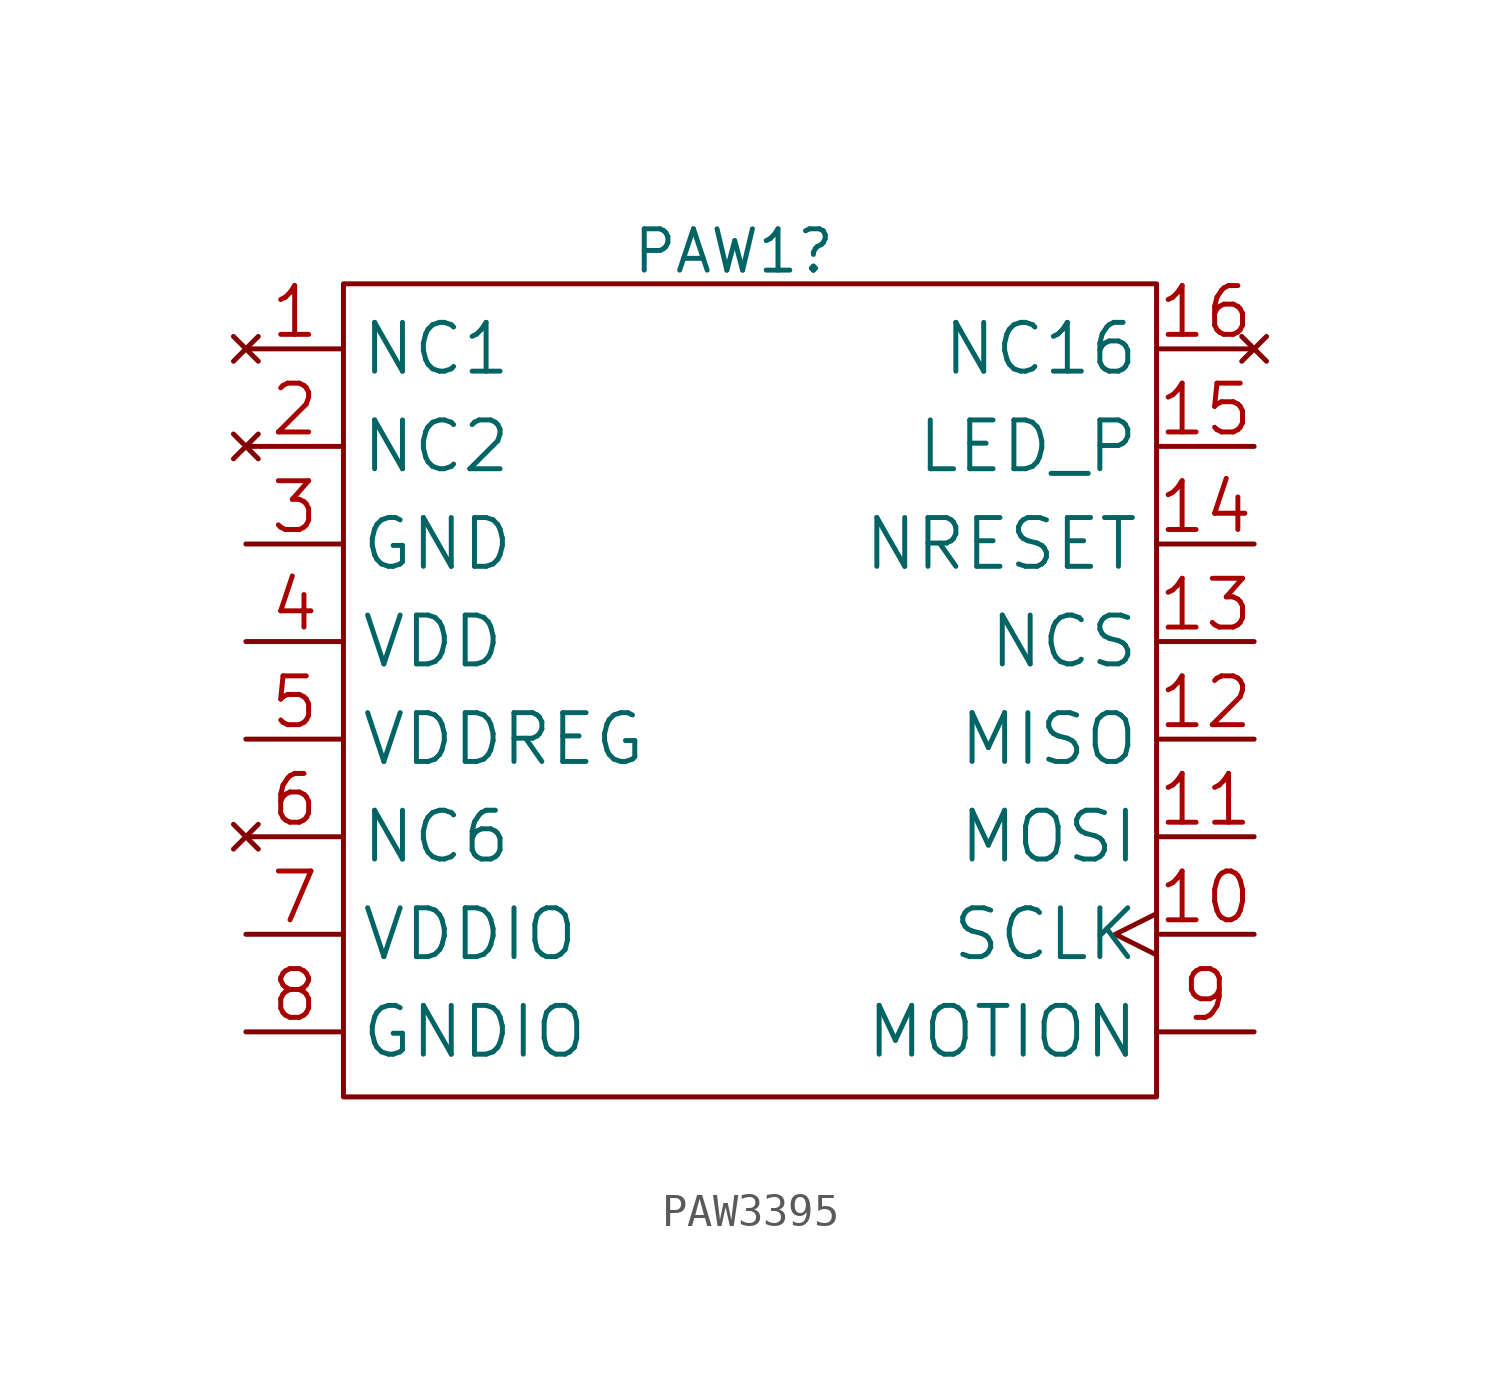
<source format=kicad_sym>
(kicad_symbol_lib
  (version 20220914)
  (generator kicad_symbol_editor)
  (symbol "PAW3395"
    (pin_names
      (offset 0.5))
    (property "Reference" "PAW1"
      (at -13 1 0)
      (effects (font (size 1.27 1.27))))
    (symbol "PAW3395_0_1"
      (rectangle (start -25 0) (end 0 -25) (stroke (width 0) (type default)) (fill (type none))))
    (symbol "PAW3395_1_1"
      (pin no_connect line (at -28 -2 0) (length 3) (name "NC1" (effects (font (size 1.5 1.5)))) (number "1" (effects (font (size 1.5 1.5)))))
      (pin input clock (at 3 -20 180) (length 3) (name "SCLK" (effects (font (size 1.5 1.5)))) (number "10" (effects (font (size 1.5 1.5)))))
      (pin input line (at 3 -17 180) (length 3) (name "MOSI" (effects (font (size 1.5 1.5)))) (number "11" (effects (font (size 1.5 1.5)))))
      (pin output line (at 3 -14 180) (length 3) (name "MISO" (effects (font (size 1.5 1.5)))) (number "12" (effects (font (size 1.5 1.5)))))
      (pin input line (at 3 -11 180) (length 3) (name "NCS" (effects (font (size 1.5 1.5)))) (number "13" (effects (font (size 1.5 1.5)))))
      (pin input line (at 3 -8 180) (length 3) (name "NRESET" (effects (font (size 1.5 1.5)))) (number "14" (effects (font (size 1.5 1.5)))))
      (pin power_out line (at 3 -5 180) (length 3) (name "LED_P" (effects (font (size 1.5 1.5)))) (number "15" (effects (font (size 1.5 1.5)))))
      (pin no_connect line (at 3 -2 180) (length 3) (name "NC16" (effects (font (size 1.5 1.5)))) (number "16" (effects (font (size 1.5 1.5)))))
      (pin no_connect line (at -28 -5 0) (length 3) (name "NC2" (effects (font (size 1.5 1.5)))) (number "2" (effects (font (size 1.5 1.5)))))
      (pin power_out line (at -28 -8 0) (length 3) (name "GND" (effects (font (size 1.5 1.5)))) (number "3" (effects (font (size 1.5 1.5)))))
      (pin power_in line (at -28 -11 0) (length 3) (name "VDD" (effects (font (size 1.5 1.5)))) (number "4" (effects (font (size 1.5 1.5)))))
      (pin power_in line (at -28 -14 0) (length 3) (name "VDDREG" (effects (font (size 1.5 1.5)))) (number "5" (effects (font (size 1.5 1.5)))))
      (pin no_connect line (at -28 -17 0) (length 3) (name "NC6" (effects (font (size 1.5 1.5)))) (number "6" (effects (font (size 1.5 1.5)))))
      (pin power_out line (at -28 -20 0) (length 3) (name "VDDIO" (effects (font (size 1.5 1.5)))) (number "7" (effects (font (size 1.5 1.5)))))
      (pin power_in line (at -28 -23 0) (length 3) (name "GNDIO" (effects (font (size 1.5 1.5)))) (number "8" (effects (font (size 1.5 1.5)))))
      (pin output line (at 3 -23 180) (length 3) (name "MOTION" (effects (font (size 1.5 1.5)))) (number "9" (effects (font (size 1.5 1.5))))))))
</source>
